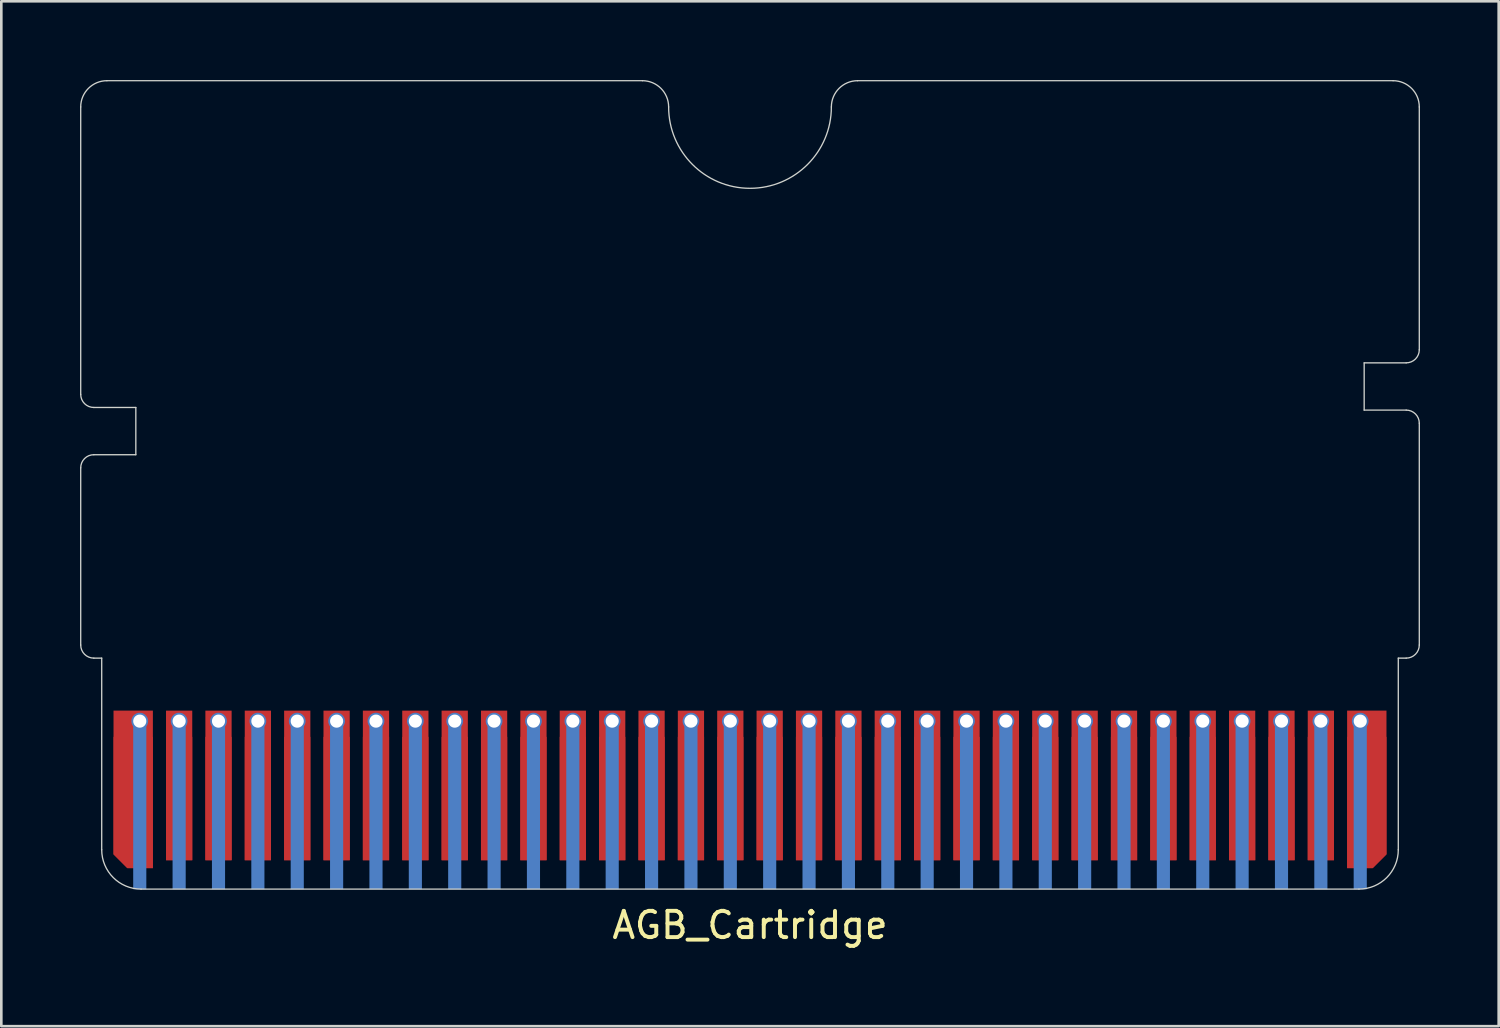
<source format=kicad_pcb>
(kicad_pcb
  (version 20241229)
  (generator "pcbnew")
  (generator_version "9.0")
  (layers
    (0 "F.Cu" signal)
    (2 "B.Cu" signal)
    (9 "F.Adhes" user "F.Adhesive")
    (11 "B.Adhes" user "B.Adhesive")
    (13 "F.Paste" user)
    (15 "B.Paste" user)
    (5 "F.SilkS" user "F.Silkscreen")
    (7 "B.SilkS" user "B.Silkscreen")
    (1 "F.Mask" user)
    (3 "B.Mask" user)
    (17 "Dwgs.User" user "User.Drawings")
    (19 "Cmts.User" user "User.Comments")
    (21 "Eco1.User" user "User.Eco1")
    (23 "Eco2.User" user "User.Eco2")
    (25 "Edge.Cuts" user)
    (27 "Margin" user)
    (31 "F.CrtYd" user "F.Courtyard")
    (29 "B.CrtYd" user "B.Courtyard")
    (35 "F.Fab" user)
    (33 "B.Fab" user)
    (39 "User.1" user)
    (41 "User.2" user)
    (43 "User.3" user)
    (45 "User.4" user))
  (footprint "AGB_Cartridge"
    (layer "F.Cu")
    (at 25.525 26.875)
    (property "Reference" "AGB_Cartridge" (at 0 5.324 0) (unlocked yes) (layer "F.SilkS") (effects (font (size 1 1) (thickness 0.15))))
    (attr smd)
    (fp_rect (start -24.7 -1.85) (end 24.7 3.962) (stroke (width 0) (type solid)) (fill yes) (layer "F.Mask"))
    (fp_rect (start -24.7 3.95) (end -23.8 -1.85) (stroke (width 0.01) (type solid)) (fill yes) (layer "B.Mask"))
    (fp_rect (start -22.7 3.95) (end -22.3 -1.85) (stroke (width 0.01) (type solid)) (fill yes) (layer "B.Mask"))
    (fp_rect (start -21.2 3.95) (end -20.8 -1.85) (stroke (width 0.01) (type solid)) (fill yes) (layer "B.Mask"))
    (fp_rect (start -19.7 3.95) (end -19.3 -1.85) (stroke (width 0.01) (type solid)) (fill yes) (layer "B.Mask"))
    (fp_rect (start -18.2 3.95) (end -17.8 -1.85) (stroke (width 0.01) (type solid)) (fill yes) (layer "B.Mask"))
    (fp_rect (start -16.7 3.95) (end -16.3 -1.85) (stroke (width 0.01) (type solid)) (fill yes) (layer "B.Mask"))
    (fp_rect (start -15.2 3.95) (end -14.8 -1.85) (stroke (width 0.01) (type solid)) (fill yes) (layer "B.Mask"))
    (fp_rect (start -13.7 3.95) (end -13.3 -1.85) (stroke (width 0.01) (type solid)) (fill yes) (layer "B.Mask"))
    (fp_rect (start -12.2 3.95) (end -11.8 -1.85) (stroke (width 0.01) (type solid)) (fill yes) (layer "B.Mask"))
    (fp_rect (start -10.7 3.95) (end -10.3 -1.85) (stroke (width 0.01) (type solid)) (fill yes) (layer "B.Mask"))
    (fp_rect (start -9.2 3.95) (end -8.8 -1.85) (stroke (width 0.01) (type solid)) (fill yes) (layer "B.Mask"))
    (fp_rect (start -7.7 3.95) (end -7.3 -1.85) (stroke (width 0.01) (type solid)) (fill yes) (layer "B.Mask"))
    (fp_rect (start -6.2 3.95) (end -5.8 -1.85) (stroke (width 0.01) (type solid)) (fill yes) (layer "B.Mask"))
    (fp_rect (start -4.7 3.95) (end -4.3 -1.85) (stroke (width 0.01) (type solid)) (fill yes) (layer "B.Mask"))
    (fp_rect (start -3.2 3.95) (end -2.8 -1.85) (stroke (width 0.01) (type solid)) (fill yes) (layer "B.Mask"))
    (fp_rect (start -1.7 3.95) (end -1.3 -1.85) (stroke (width 0.01) (type solid)) (fill yes) (layer "B.Mask"))
    (fp_rect (start -0.2 3.95) (end 0.2 -1.85) (stroke (width 0.01) (type solid)) (fill yes) (layer "B.Mask"))
    (fp_rect (start 1.3 3.95) (end 1.7 -1.85) (stroke (width 0.01) (type solid)) (fill yes) (layer "B.Mask"))
    (fp_rect (start 2.8 3.95) (end 3.2 -1.85) (stroke (width 0.01) (type solid)) (fill yes) (layer "B.Mask"))
    (fp_rect (start 4.3 3.95) (end 4.7 -1.85) (stroke (width 0.01) (type solid)) (fill yes) (layer "B.Mask"))
    (fp_rect (start 5.8 3.95) (end 6.2 -1.85) (stroke (width 0.01) (type solid)) (fill yes) (layer "B.Mask"))
    (fp_rect (start 7.3 3.95) (end 7.7 -1.85) (stroke (width 0.01) (type solid)) (fill yes) (layer "B.Mask"))
    (fp_rect (start 8.8 3.95) (end 9.2 -1.85) (stroke (width 0.01) (type solid)) (fill yes) (layer "B.Mask"))
    (fp_rect (start 10.3 3.95) (end 10.7 -1.85) (stroke (width 0.01) (type solid)) (fill yes) (layer "B.Mask"))
    (fp_rect (start 11.8 3.95) (end 12.2 -1.85) (stroke (width 0.01) (type solid)) (fill yes) (layer "B.Mask"))
    (fp_rect (start 13.3 3.95) (end 13.7 -1.85) (stroke (width 0.01) (type solid)) (fill yes) (layer "B.Mask"))
    (fp_rect (start 14.8 3.95) (end 15.2 -1.85) (stroke (width 0.01) (type solid)) (fill yes) (layer "B.Mask"))
    (fp_rect (start 16.3 3.95) (end 16.7 -1.85) (stroke (width 0.01) (type solid)) (fill yes) (layer "B.Mask"))
    (fp_rect (start 17.8 3.95) (end 18.2 -1.85) (stroke (width 0.01) (type solid)) (fill yes) (layer "B.Mask"))
    (fp_rect (start 19.3 3.95) (end 19.7 -1.85) (stroke (width 0.01) (type solid)) (fill yes) (layer "B.Mask"))
    (fp_rect (start 20.8 3.95) (end 21.2 -1.85) (stroke (width 0.01) (type solid)) (fill yes) (layer "B.Mask"))
    (fp_rect (start 22.3 3.95) (end 22.7 -1.85) (stroke (width 0.01) (type solid)) (fill yes) (layer "B.Mask"))
    (fp_rect (start 24.7 3.95) (end 23.8 -1.85) (stroke (width 0.01) (type solid)) (fill yes) (layer "B.Mask"))
    (fp_line (start -25.5 -14.9) (end -25.5 -25.85) (stroke (width 0.05) (type solid)) (layer "Edge.Cuts"))
    (fp_line (start -25.5 -5.35) (end -25.5 -12.1) (stroke (width 0.05) (type solid)) (layer "Edge.Cuts"))
    (fp_line (start -24.7 -4.85) (end -25 -4.85) (stroke (width 0.05) (type solid)) (layer "Edge.Cuts"))
    (fp_line (start -24.7 2.45) (end -24.7 -4.85) (stroke (width 0.05) (type solid)) (layer "Edge.Cuts"))
    (fp_line (start -24.5 -26.85) (end -4.1 -26.85) (stroke (width 0.05) (type solid)) (layer "Edge.Cuts"))
    (fp_line (start -23.4 -14.4) (end -25 -14.4) (stroke (width 0.05) (type solid)) (layer "Edge.Cuts"))
    (fp_line (start -23.4 -14.4) (end -23.4 -12.6) (stroke (width 0.05) (type solid)) (layer "Edge.Cuts"))
    (fp_line (start -23.4 -12.6) (end -25 -12.6) (stroke (width 0.05) (type solid)) (layer "Edge.Cuts"))
    (fp_line (start -23.2 3.95) (end 23.2 3.95) (stroke (width 0.05) (type solid)) (layer "Edge.Cuts"))
    (fp_line (start 4.1 -26.85) (end 24.5 -26.85) (stroke (width 0.05) (type solid)) (layer "Edge.Cuts"))
    (fp_line (start 23.4 -16.1) (end 25 -16.1) (stroke (width 0.05) (type solid)) (layer "Edge.Cuts"))
    (fp_line (start 23.4 -14.3) (end 23.4 -16.1) (stroke (width 0.05) (type solid)) (layer "Edge.Cuts"))
    (fp_line (start 23.4 -14.3) (end 25 -14.3) (stroke (width 0.05) (type solid)) (layer "Edge.Cuts"))
    (fp_line (start 24.7 2.45) (end 24.7 -4.85) (stroke (width 0.05) (type solid)) (layer "Edge.Cuts"))
    (fp_line (start 25 -4.85) (end 24.7 -4.85) (stroke (width 0.05) (type solid)) (layer "Edge.Cuts"))
    (fp_line (start 25.5 -16.6) (end 25.5 -25.85) (stroke (width 0.05) (type solid)) (layer "Edge.Cuts"))
    (fp_line (start 25.5 -5.35) (end 25.5 -13.8) (stroke (width 0.05) (type solid)) (layer "Edge.Cuts"))
    (fp_arc (start -25.5 -25.8504) (mid -25.207091 -26.557491) (end -24.5 -26.8504) (stroke (width 0.05) (type solid)) (layer "Edge.Cuts"))
    (fp_arc (start -25.5 -12.1004) (mid -25.353538 -12.453938) (end -25 -12.6004) (stroke (width 0.05) (type solid)) (layer "Edge.Cuts"))
    (fp_arc (start -25 -14.4004) (mid -25.353535 -14.546865) (end -25.5 -14.9004) (stroke (width 0.05) (type solid)) (layer "Edge.Cuts"))
    (fp_arc (start -25 -4.8504) (mid -25.353535 -4.996865) (end -25.5 -5.3504) (stroke (width 0.05) (type solid)) (layer "Edge.Cuts"))
    (fp_arc (start -23.2 3.9496) (mid -24.260642 3.510242) (end -24.7 2.4496) (stroke (width 0.05) (type solid)) (layer "Edge.Cuts"))
    (fp_arc (start -4.1 -26.8504) (mid -3.392875 -26.557525) (end -3.1 -25.8504) (stroke (width 0.05) (type solid)) (layer "Edge.Cuts"))
    (fp_arc (start 3.1 -25.8504) (mid 0 -22.7504) (end -3.1 -25.8504) (stroke (width 0.05) (type solid)) (layer "Edge.Cuts"))
    (fp_arc (start 3.1 -25.8504) (mid 3.392908 -26.557492) (end 4.1 -26.8504) (stroke (width 0.05) (type solid)) (layer "Edge.Cuts"))
    (fp_arc (start 24.5 -26.8504) (mid 25.207107 -26.557507) (end 25.5 -25.8504) (stroke (width 0.05) (type solid)) (layer "Edge.Cuts"))
    (fp_arc (start 24.7 2.4496) (mid 24.260675 3.510275) (end 23.2 3.9496) (stroke (width 0.05) (type solid)) (layer "Edge.Cuts"))
    (fp_arc (start 25 -14.3004) (mid 25.353553 -14.153953) (end 25.5 -13.8004) (stroke (width 0.05) (type solid)) (layer "Edge.Cuts"))
    (fp_arc (start 25.5 -16.6004) (mid 25.353641 -16.246759) (end 25 -16.1004) (stroke (width 0.05) (type solid)) (layer "Edge.Cuts"))
    (fp_arc (start 25.5 -5.3504) (mid 25.353641 -4.996759) (end 25 -4.8504) (stroke (width 0.05) (type solid)) (layer "Edge.Cuts"))
    (pad "" smd roundrect (at -23.5 0.65) (size 1.5 5) (layers "F.Cu" "F.Mask") (roundrect_rratio 0) (chamfer_ratio 0.35) (chamfer bottom_left))
    (pad "" smd rect (at -21.75 0.5 180) (size 1 4.7) (layers "F.Cu" "F.Mask"))
    (pad "" smd rect (at -20.25 0.5 180) (size 1 4.7) (layers "F.Cu" "F.Mask"))
    (pad "" smd rect (at -18.75 0.5 180) (size 1 4.7) (layers "F.Cu" "F.Mask"))
    (pad "" smd rect (at -17.25 0.5 180) (size 1 4.7) (layers "F.Cu" "F.Mask"))
    (pad "" smd rect (at -15.75 0.5 180) (size 1 4.7) (layers "F.Cu" "F.Mask"))
    (pad "" smd rect (at -14.25 0.5 180) (size 1 4.7) (layers "F.Cu" "F.Mask"))
    (pad "" smd rect (at -12.75 0.5 180) (size 1 4.7) (layers "F.Cu" "F.Mask"))
    (pad "" smd rect (at -11.25 0.5 180) (size 1 4.7) (layers "F.Cu" "F.Mask"))
    (pad "" smd rect (at -9.75 0.5 180) (size 1 4.7) (layers "F.Cu" "F.Mask"))
    (pad "" smd rect (at -8.25 0.5 180) (size 1 4.7) (layers "F.Cu" "F.Mask"))
    (pad "" smd rect (at -6.75 0.5 180) (size 1 4.7) (layers "F.Cu" "F.Mask"))
    (pad "" smd rect (at -5.25 0.5 180) (size 1 4.7) (layers "F.Cu" "F.Mask"))
    (pad "" smd rect (at -3.75 0.5 180) (size 1 4.7) (layers "F.Cu" "F.Mask"))
    (pad "" smd rect (at -2.25 0.5 180) (size 1 4.7) (layers "F.Cu" "F.Mask"))
    (pad "" smd rect (at -0.75 0.5) (size 1 4.7) (layers "F.Cu" "F.Mask"))
    (pad "" smd rect (at 0.75 0.5 180) (size 1 4.7) (layers "F.Cu" "F.Mask"))
    (pad "" smd rect (at 2.25 0.5 180) (size 1 4.7) (layers "F.Cu" "F.Mask"))
    (pad "" smd rect (at 3.75 0.5 180) (size 1 4.7) (layers "F.Cu" "F.Mask"))
    (pad "" smd rect (at 5.25 0.5 180) (size 1 4.7) (layers "F.Cu" "F.Mask"))
    (pad "" smd rect (at 6.75 0.5 180) (size 1 4.7) (layers "F.Cu" "F.Mask"))
    (pad "" smd rect (at 8.25 0.5 180) (size 1 4.7) (layers "F.Cu" "F.Mask"))
    (pad "" smd rect (at 9.75 0.5 180) (size 1 4.7) (layers "F.Cu" "F.Mask"))
    (pad "" smd rect (at 11.25 0.5 180) (size 1 4.7) (layers "F.Cu" "F.Mask"))
    (pad "" smd rect (at 12.75 0.5 180) (size 1 4.7) (layers "F.Cu" "F.Mask"))
    (pad "" smd rect (at 14.25 0.5 180) (size 1 4.7) (layers "F.Cu" "F.Mask"))
    (pad "" smd rect (at 15.75 0.5 180) (size 1 4.7) (layers "F.Cu" "F.Mask"))
    (pad "" smd rect (at 17.25 0.5 180) (size 1 4.7) (layers "F.Cu" "F.Mask"))
    (pad "" smd rect (at 18.75 0.5 180) (size 1 4.7) (layers "F.Cu" "F.Mask"))
    (pad "" smd rect (at 20.25 0.5 180) (size 1 4.7) (layers "F.Cu" "F.Mask"))
    (pad "" smd rect (at 21.75 0.5 180) (size 1 4.7) (layers "F.Cu" "F.Mask"))
    (pad "" smd roundrect (at 23.5 0.65) (size 1.5 5) (layers "F.Cu" "F.Mask" "F.Paste") (roundrect_rratio 0) (chamfer_ratio 0.35) (chamfer bottom_right))
    (pad "1" smd roundrect (at -23.5 0.15) (size 1.5 6) (layers "F.Cu" "F.Paste") (roundrect_rratio 0) (chamfer_ratio 0.35) (chamfer bottom_left))
    (pad "1" thru_hole circle (at -23.25 -2.45 180) (size 0.55 0.55) (drill 0.5) (layers "*.Cu" "*.Mask"))
    (pad "1" smd circle (at -23.25 -2.45) (size 0.64 0.64) (layers "B.Cu" "B.Paste"))
    (pad "1" smd rect (at -23.25 0.755) (size 0.5 6.4) (layers "B.Cu" "B.Paste"))
    (pad "2" thru_hole circle (at -21.75 -2.45 180) (size 0.55 0.55) (drill 0.5) (layers "*.Cu" "*.Mask"))
    (pad "2" smd circle (at -21.75 -2.45) (size 0.64 0.64) (layers "B.Cu" "B.Paste"))
    (pad "2" smd rect (at -21.75 0 180) (size 1 5.7) (layers "F.Cu" "F.Paste"))
    (pad "2" smd rect (at -21.75 0.755) (size 0.5 6.4) (layers "B.Cu" "B.Paste"))
    (pad "3" thru_hole circle (at -20.25 -2.45 180) (size 0.55 0.55) (drill 0.5) (layers "*.Cu" "*.Mask"))
    (pad "3" smd circle (at -20.25 -2.45) (size 0.64 0.64) (layers "B.Cu" "B.Paste"))
    (pad "3" smd rect (at -20.25 0 180) (size 1 5.7) (layers "F.Cu" "F.Paste"))
    (pad "3" smd rect (at -20.25 0.755) (size 0.5 6.4) (layers "B.Cu" "B.Paste"))
    (pad "4" thru_hole circle (at -18.75 -2.45 180) (size 0.55 0.55) (drill 0.5) (layers "*.Cu" "*.Mask"))
    (pad "4" smd circle (at -18.75 -2.45) (size 0.64 0.64) (layers "B.Cu" "B.Paste"))
    (pad "4" smd rect (at -18.75 0 180) (size 1 5.7) (layers "F.Cu" "F.Paste"))
    (pad "4" smd rect (at -18.75 0.755) (size 0.5 6.4) (layers "B.Cu" "B.Paste"))
    (pad "5" thru_hole circle (at -17.25 -2.45 180) (size 0.55 0.55) (drill 0.5) (layers "*.Cu" "*.Mask"))
    (pad "5" smd circle (at -17.25 -2.45) (size 0.64 0.64) (layers "B.Cu" "B.Paste"))
    (pad "5" smd rect (at -17.25 0 180) (size 1 5.7) (layers "F.Cu" "F.Paste"))
    (pad "5" smd rect (at -17.25 0.755) (size 0.5 6.4) (layers "B.Cu" "B.Paste"))
    (pad "6" thru_hole circle (at -15.75 -2.45 180) (size 0.55 0.55) (drill 0.5) (layers "*.Cu" "*.Mask"))
    (pad "6" smd circle (at -15.75 -2.45) (size 0.64 0.64) (layers "B.Cu" "B.Paste"))
    (pad "6" smd rect (at -15.75 0 180) (size 1 5.7) (layers "F.Cu" "F.Paste"))
    (pad "6" smd rect (at -15.75 0.755) (size 0.5 6.4) (layers "B.Cu" "B.Paste"))
    (pad "7" thru_hole circle (at -14.25 -2.45 180) (size 0.55 0.55) (drill 0.5) (layers "*.Cu" "*.Mask"))
    (pad "7" smd circle (at -14.25 -2.45) (size 0.64 0.64) (layers "B.Cu" "B.Paste"))
    (pad "7" smd rect (at -14.25 0 180) (size 1 5.7) (layers "F.Cu" "F.Paste"))
    (pad "7" smd rect (at -14.25 0.755) (size 0.5 6.4) (layers "B.Cu" "B.Paste"))
    (pad "8" thru_hole circle (at -12.75 -2.45 180) (size 0.55 0.55) (drill 0.5) (layers "*.Cu" "*.Mask"))
    (pad "8" smd circle (at -12.75 -2.45) (size 0.64 0.64) (layers "B.Cu" "B.Paste"))
    (pad "8" smd rect (at -12.75 0 180) (size 1 5.7) (layers "F.Cu" "F.Paste"))
    (pad "8" smd rect (at -12.75 0.755) (size 0.5 6.4) (layers "B.Cu" "B.Paste"))
    (pad "9" thru_hole circle (at -11.25 -2.45 180) (size 0.55 0.55) (drill 0.5) (layers "*.Cu" "*.Mask"))
    (pad "9" smd circle (at -11.25 -2.45) (size 0.64 0.64) (layers "B.Cu" "B.Paste"))
    (pad "9" smd rect (at -11.25 0 180) (size 1 5.7) (layers "F.Cu" "F.Paste"))
    (pad "9" smd rect (at -11.25 0.755) (size 0.5 6.4) (layers "B.Cu" "B.Paste"))
    (pad "10" thru_hole circle (at -9.75 -2.45 180) (size 0.55 0.55) (drill 0.5) (layers "*.Cu" "*.Mask"))
    (pad "10" smd circle (at -9.75 -2.45) (size 0.64 0.64) (layers "B.Cu" "B.Paste"))
    (pad "10" smd rect (at -9.75 0 180) (size 1 5.7) (layers "F.Cu" "F.Paste"))
    (pad "10" smd rect (at -9.75 0.755) (size 0.5 6.4) (layers "B.Cu" "B.Paste"))
    (pad "11" thru_hole circle (at -8.25 -2.45 180) (size 0.55 0.55) (drill 0.5) (layers "*.Cu" "*.Mask"))
    (pad "11" smd circle (at -8.25 -2.45) (size 0.64 0.64) (layers "B.Cu" "B.Paste"))
    (pad "11" smd rect (at -8.25 0 180) (size 1 5.7) (layers "F.Cu" "F.Paste"))
    (pad "11" smd rect (at -8.25 0.755) (size 0.5 6.4) (layers "B.Cu" "B.Paste"))
    (pad "12" thru_hole circle (at -6.75 -2.45 180) (size 0.55 0.55) (drill 0.5) (layers "*.Cu" "*.Mask"))
    (pad "12" smd circle (at -6.75 -2.45) (size 0.64 0.64) (layers "B.Cu" "B.Paste"))
    (pad "12" smd rect (at -6.75 0 180) (size 1 5.7) (layers "F.Cu" "F.Paste"))
    (pad "12" smd rect (at -6.75 0.755) (size 0.5 6.4) (layers "B.Cu" "B.Paste"))
    (pad "13" thru_hole circle (at -5.25 -2.45 180) (size 0.55 0.55) (drill 0.5) (layers "*.Cu" "*.Mask"))
    (pad "13" smd circle (at -5.25 -2.45) (size 0.64 0.64) (layers "B.Cu" "B.Paste"))
    (pad "13" smd rect (at -5.25 0 180) (size 1 5.7) (layers "F.Cu" "F.Paste"))
    (pad "13" smd rect (at -5.25 0.755) (size 0.5 6.4) (layers "B.Cu" "B.Paste"))
    (pad "14" thru_hole circle (at -3.75 -2.45 180) (size 0.55 0.55) (drill 0.5) (layers "*.Cu" "*.Mask"))
    (pad "14" smd circle (at -3.75 -2.45) (size 0.64 0.64) (layers "B.Cu" "B.Paste"))
    (pad "14" smd rect (at -3.75 0 180) (size 1 5.7) (layers "F.Cu" "F.Paste"))
    (pad "14" smd rect (at -3.75 0.755) (size 0.5 6.4) (layers "B.Cu" "B.Paste"))
    (pad "15" thru_hole circle (at -2.25 -2.45 180) (size 0.55 0.55) (drill 0.5) (layers "*.Cu" "*.Mask"))
    (pad "15" smd circle (at -2.25 -2.45) (size 0.64 0.64) (layers "B.Cu" "B.Paste"))
    (pad "15" smd rect (at -2.25 0 180) (size 1 5.7) (layers "F.Cu" "F.Paste"))
    (pad "15" smd rect (at -2.25 0.755) (size 0.5 6.4) (layers "B.Cu" "B.Paste"))
    (pad "16" thru_hole circle (at -0.75 -2.45 180) (size 0.55 0.55) (drill 0.5) (layers "*.Cu" "*.Mask"))
    (pad "16" smd circle (at -0.75 -2.45) (size 0.64 0.64) (layers "B.Cu" "B.Paste"))
    (pad "16" smd rect (at -0.75 0) (size 1 5.7) (layers "F.Cu" "F.Paste"))
    (pad "16" smd rect (at -0.75 0.755) (size 0.5 6.4) (layers "B.Cu" "B.Paste"))
    (pad "17" thru_hole circle (at 0.75 -2.45 180) (size 0.55 0.55) (drill 0.5) (layers "*.Cu" "*.Mask"))
    (pad "17" smd circle (at 0.75 -2.45) (size 0.64 0.64) (layers "B.Cu" "B.Paste"))
    (pad "17" smd rect (at 0.75 0 180) (size 1 5.7) (layers "F.Cu" "F.Paste"))
    (pad "17" smd rect (at 0.75 0.755) (size 0.5 6.4) (layers "B.Cu" "B.Paste"))
    (pad "18" thru_hole circle (at 2.25 -2.45 180) (size 0.55 0.55) (drill 0.5) (layers "*.Cu" "*.Mask"))
    (pad "18" smd circle (at 2.25 -2.45) (size 0.64 0.64) (layers "B.Cu" "B.Paste"))
    (pad "18" smd rect (at 2.25 0 180) (size 1 5.7) (layers "F.Cu" "F.Paste"))
    (pad "18" smd rect (at 2.25 0.755) (size 0.5 6.4) (layers "B.Cu" "B.Paste"))
    (pad "19" thru_hole circle (at 3.75 -2.45 180) (size 0.55 0.55) (drill 0.5) (layers "*.Cu" "*.Mask"))
    (pad "19" smd circle (at 3.75 -2.45) (size 0.64 0.64) (layers "B.Cu" "B.Paste"))
    (pad "19" smd rect (at 3.75 0 180) (size 1 5.7) (layers "F.Cu" "F.Paste"))
    (pad "19" smd rect (at 3.75 0.755) (size 0.5 6.4) (layers "B.Cu" "B.Paste"))
    (pad "20" thru_hole circle (at 5.25 -2.45 180) (size 0.55 0.55) (drill 0.5) (layers "*.Cu" "*.Mask"))
    (pad "20" smd circle (at 5.25 -2.45) (size 0.64 0.64) (layers "B.Cu" "B.Paste"))
    (pad "20" smd rect (at 5.25 0 180) (size 1 5.7) (layers "F.Cu" "F.Paste"))
    (pad "20" smd rect (at 5.25 0.755) (size 0.5 6.4) (layers "B.Cu" "B.Paste"))
    (pad "21" thru_hole circle (at 6.75 -2.45 180) (size 0.55 0.55) (drill 0.5) (layers "*.Cu" "*.Mask"))
    (pad "21" smd circle (at 6.75 -2.45) (size 0.64 0.64) (layers "B.Cu" "B.Paste"))
    (pad "21" smd rect (at 6.75 0 180) (size 1 5.7) (layers "F.Cu" "F.Paste"))
    (pad "21" smd rect (at 6.75 0.755) (size 0.5 6.4) (layers "B.Cu" "B.Paste"))
    (pad "22" thru_hole circle (at 8.25 -2.45 180) (size 0.55 0.55) (drill 0.5) (layers "*.Cu" "*.Mask"))
    (pad "22" smd circle (at 8.25 -2.45) (size 0.64 0.64) (layers "B.Cu" "B.Paste"))
    (pad "22" smd rect (at 8.25 0 180) (size 1 5.7) (layers "F.Cu" "F.Paste"))
    (pad "22" smd rect (at 8.25 0.755) (size 0.5 6.4) (layers "B.Cu" "B.Paste"))
    (pad "23" thru_hole circle (at 9.75 -2.45 180) (size 0.55 0.55) (drill 0.5) (layers "*.Cu" "*.Mask"))
    (pad "23" smd circle (at 9.75 -2.45) (size 0.64 0.64) (layers "B.Cu" "B.Paste"))
    (pad "23" smd rect (at 9.75 0 180) (size 1 5.7) (layers "F.Cu" "F.Paste"))
    (pad "23" smd rect (at 9.75 0.755) (size 0.5 6.4) (layers "B.Cu" "B.Paste"))
    (pad "24" thru_hole circle (at 11.25 -2.45 180) (size 0.55 0.55) (drill 0.5) (layers "*.Cu" "*.Mask"))
    (pad "24" smd circle (at 11.25 -2.45) (size 0.64 0.64) (layers "B.Cu" "B.Paste"))
    (pad "24" smd rect (at 11.25 0 180) (size 1 5.7) (layers "F.Cu" "F.Paste"))
    (pad "24" smd rect (at 11.25 0.755) (size 0.5 6.4) (layers "B.Cu" "B.Paste"))
    (pad "25" thru_hole circle (at 12.75 -2.45 180) (size 0.55 0.55) (drill 0.5) (layers "*.Cu" "*.Mask"))
    (pad "25" smd circle (at 12.75 -2.45) (size 0.64 0.64) (layers "B.Cu" "B.Paste"))
    (pad "25" smd rect (at 12.75 0 180) (size 1 5.7) (layers "F.Cu" "F.Paste"))
    (pad "25" smd rect (at 12.75 0.755) (size 0.5 6.4) (layers "B.Cu" "B.Paste"))
    (pad "26" thru_hole circle (at 14.25 -2.45 180) (size 0.55 0.55) (drill 0.5) (layers "*.Cu" "*.Mask"))
    (pad "26" smd circle (at 14.25 -2.45) (size 0.64 0.64) (layers "B.Cu" "B.Paste"))
    (pad "26" smd rect (at 14.25 0 180) (size 1 5.7) (layers "F.Cu" "F.Paste"))
    (pad "26" smd rect (at 14.25 0.755) (size 0.5 6.4) (layers "B.Cu" "B.Paste"))
    (pad "27" thru_hole circle (at 15.75 -2.45 180) (size 0.55 0.55) (drill 0.5) (layers "*.Cu" "*.Mask"))
    (pad "27" smd circle (at 15.75 -2.45) (size 0.64 0.64) (layers "B.Cu" "B.Paste"))
    (pad "27" smd rect (at 15.75 0 180) (size 1 5.7) (layers "F.Cu" "F.Paste"))
    (pad "27" smd rect (at 15.75 0.755) (size 0.5 6.4) (layers "B.Cu" "B.Paste"))
    (pad "28" thru_hole circle (at 17.25 -2.45 180) (size 0.55 0.55) (drill 0.5) (layers "*.Cu" "*.Mask"))
    (pad "28" smd circle (at 17.25 -2.45) (size 0.64 0.64) (layers "B.Cu" "B.Paste"))
    (pad "28" smd rect (at 17.25 0 180) (size 1 5.7) (layers "F.Cu" "F.Paste"))
    (pad "28" smd rect (at 17.25 0.755) (size 0.5 6.4) (layers "B.Cu" "B.Paste"))
    (pad "29" thru_hole circle (at 18.75 -2.45 180) (size 0.55 0.55) (drill 0.5) (layers "*.Cu" "*.Mask"))
    (pad "29" smd circle (at 18.75 -2.45) (size 0.64 0.64) (layers "B.Cu" "B.Paste"))
    (pad "29" smd rect (at 18.75 0 180) (size 1 5.7) (layers "F.Cu" "F.Paste"))
    (pad "29" smd rect (at 18.75 0.755) (size 0.5 6.4) (layers "B.Cu" "B.Paste"))
    (pad "30" thru_hole circle (at 20.25 -2.45 180) (size 0.55 0.55) (drill 0.5) (layers "*.Cu" "*.Mask"))
    (pad "30" smd circle (at 20.25 -2.45) (size 0.64 0.64) (layers "B.Cu" "B.Paste"))
    (pad "30" smd rect (at 20.25 0 180) (size 1 5.7) (layers "F.Cu" "F.Paste"))
    (pad "30" smd rect (at 20.25 0.755) (size 0.5 6.4) (layers "B.Cu" "B.Paste"))
    (pad "31" thru_hole circle (at 21.75 -2.45 180) (size 0.55 0.55) (drill 0.5) (layers "*.Cu" "*.Mask"))
    (pad "31" smd circle (at 21.75 -2.45) (size 0.64 0.64) (layers "B.Cu" "B.Paste"))
    (pad "31" smd rect (at 21.75 0 180) (size 1 5.7) (layers "F.Cu" "F.Paste"))
    (pad "31" smd rect (at 21.75 0.755) (size 0.5 6.4) (layers "B.Cu" "B.Paste"))
    (pad "32" thru_hole circle (at 23.25 -2.45 180) (size 0.55 0.55) (drill 0.5) (layers "*.Cu" "*.Mask"))
    (pad "32" smd circle (at 23.25 -2.45) (size 0.64 0.64) (layers "B.Cu" "B.Paste"))
    (pad "32" smd rect (at 23.25 0.755) (size 0.5 6.4) (layers "B.Cu" "B.Paste"))
    (pad "32" smd roundrect (at 23.5 0.15) (size 1.5 6) (layers "F.Cu" "F.Paste") (roundrect_rratio 0) (chamfer_ratio 0.35) (chamfer bottom_right)))
  (gr_rect
    (start -3 -3)
    (end 54.05 36.047)
    (stroke (width 0.1) (type default))
    (fill no)
    (layer "Edge.Cuts")))
</source>
